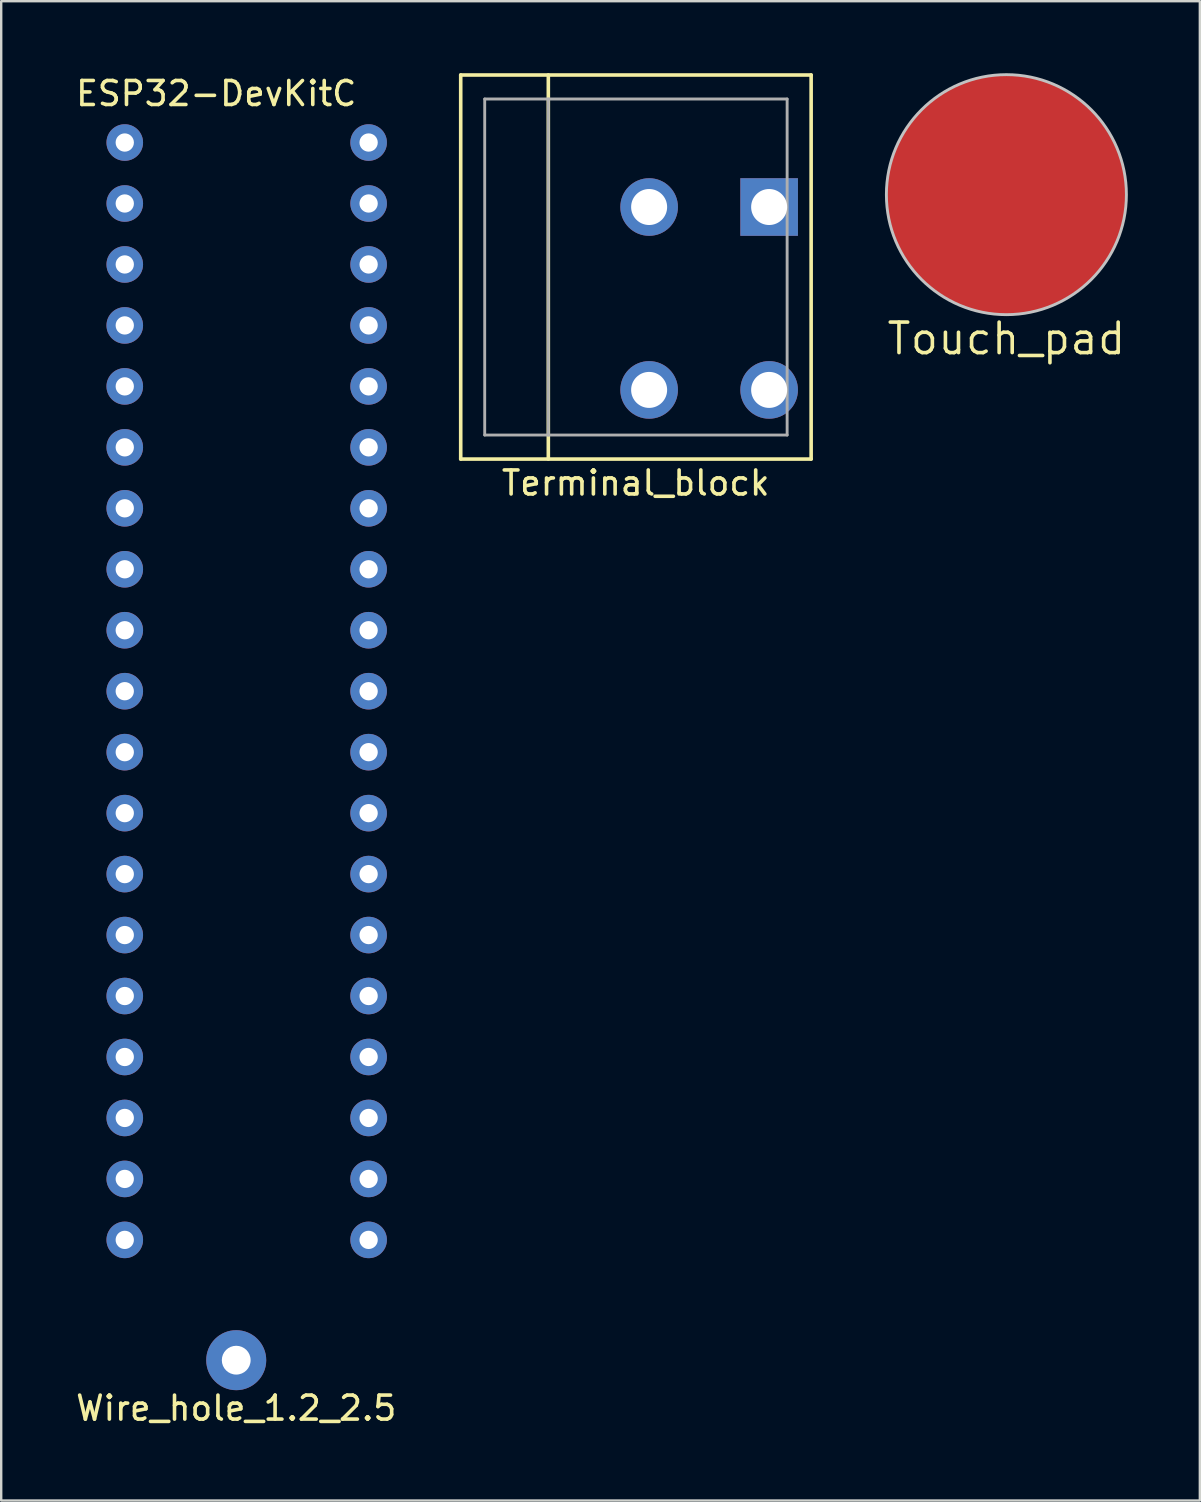
<source format=kicad_pcb>
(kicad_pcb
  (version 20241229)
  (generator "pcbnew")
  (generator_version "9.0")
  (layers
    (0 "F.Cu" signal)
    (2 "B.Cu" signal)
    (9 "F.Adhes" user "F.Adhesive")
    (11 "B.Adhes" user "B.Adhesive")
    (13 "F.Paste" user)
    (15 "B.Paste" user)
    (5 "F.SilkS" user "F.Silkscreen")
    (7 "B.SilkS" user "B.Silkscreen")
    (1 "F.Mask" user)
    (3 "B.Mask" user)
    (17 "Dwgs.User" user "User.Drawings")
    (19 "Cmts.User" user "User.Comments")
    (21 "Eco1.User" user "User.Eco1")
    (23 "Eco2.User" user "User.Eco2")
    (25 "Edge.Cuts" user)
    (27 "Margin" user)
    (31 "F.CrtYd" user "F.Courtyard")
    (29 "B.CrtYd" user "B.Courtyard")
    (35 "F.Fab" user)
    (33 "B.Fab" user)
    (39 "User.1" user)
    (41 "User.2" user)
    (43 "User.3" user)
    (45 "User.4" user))
  (footprint "Terminal_block"
    (layer "F.Cu")
    (at 23.435 8.075)
    (property "Reference" "Terminal_block" (at 0 9 0) (layer "F.SilkS") (effects (font (size 1 1) (thickness 0.15))))
    (attr through_hole)
    (fp_line (start -7.29 8) (end -7.29 -8) (stroke (width 0.15) (type solid)) (layer "F.SilkS"))
    (fp_line (start -3.64 8) (end -3.64 -8) (stroke (width 0.15) (type solid)) (layer "F.SilkS"))
    (fp_line (start 7.31 -8) (end -7.29 -8) (stroke (width 0.15) (type solid)) (layer "F.SilkS"))
    (fp_line (start 7.31 8) (end -7.29 8) (stroke (width 0.15) (type solid)) (layer "F.SilkS"))
    (fp_line (start 7.31 8) (end 7.31 -8) (stroke (width 0.15) (type solid)) (layer "F.SilkS"))
    (fp_line (start -6.29 7) (end -6.29 -7) (stroke (width 0.12) (type solid)) (layer "F.Fab"))
    (fp_line (start -3.64 7) (end -3.64 -7) (stroke (width 0.12) (type solid)) (layer "F.Fab"))
    (fp_line (start 6.31 -7) (end -6.29 -7) (stroke (width 0.12) (type solid)) (layer "F.Fab"))
    (fp_line (start 6.31 7) (end -6.29 7) (stroke (width 0.12) (type solid)) (layer "F.Fab"))
    (fp_line (start 6.31 7) (end 6.31 -7) (stroke (width 0.12) (type solid)) (layer "F.Fab"))
    (pad "1" thru_hole rect (at 5.56 -2.5) (size 2.4 2.4) (drill 1.5) (layers "*.Cu" "*.Mask"))
    (pad "1" thru_hole circle (at 5.56 5.12) (size 2.4 2.4) (drill 1.5) (layers "*.Cu" "*.Mask"))
    (pad "2" thru_hole circle (at 0.56 -2.5) (size 2.4 2.4) (drill 1.5) (layers "*.Cu" "*.Mask"))
    (pad "2" thru_hole circle (at 0.56 5.12) (size 2.4 2.4) (drill 1.5) (layers "*.Cu" "*.Mask")))
  (footprint "Touch_pad"
    (layer "F.Cu")
    (at 38.88 5.06)
    (property "Reference" "Touch_pad" (at 0 6 0) (layer "F.SilkS") (effects (font (size 1.27 1.27) (thickness 0.15))))
    (attr through_hole)
    (fp_circle (center 0 0) (end 5 0) (stroke (width 0.12) (type solid)) (fill no) (layer "Dwgs.User"))
    (pad "1" smd circle (at 0 0) (size 10 10) (layers "F.Cu")))
  (footprint "ESP32-DevKitC"
    (layer "F.Cu")
    (at 5.958 0.348)
    (property "Reference" "ESP32-DevKitC" (at 0 0.5 0) (layer "F.SilkS") (effects (font (size 1 1) (thickness 0.15))))
    (attr through_hole)
    (pad "1" thru_hole circle (at -3.81 2.54) (size 1.524 1.524) (drill 0.762) (layers "*.Cu" "*.Mask"))
    (pad "1" thru_hole circle (at 6.35 2.54) (size 1.524 1.524) (drill 0.762) (layers "*.Cu" "*.Mask"))
    (pad "2" thru_hole circle (at -3.81 5.08) (size 1.524 1.524) (drill 0.762) (layers "*.Cu" "*.Mask"))
    (pad "2" thru_hole circle (at 6.35 5.08) (size 1.524 1.524) (drill 0.762) (layers "*.Cu" "*.Mask"))
    (pad "3" thru_hole circle (at -3.81 7.62) (size 1.524 1.524) (drill 0.762) (layers "*.Cu" "*.Mask"))
    (pad "3" thru_hole circle (at 6.35 7.62) (size 1.524 1.524) (drill 0.762) (layers "*.Cu" "*.Mask"))
    (pad "4" thru_hole circle (at -3.81 10.16) (size 1.524 1.524) (drill 0.762) (layers "*.Cu" "*.Mask"))
    (pad "4" thru_hole circle (at 6.35 10.16) (size 1.524 1.524) (drill 0.762) (layers "*.Cu" "*.Mask"))
    (pad "5" thru_hole circle (at -3.81 12.7) (size 1.524 1.524) (drill 0.762) (layers "*.Cu" "*.Mask"))
    (pad "5" thru_hole circle (at 6.35 12.7) (size 1.524 1.524) (drill 0.762) (layers "*.Cu" "*.Mask"))
    (pad "6" thru_hole circle (at -3.81 15.24) (size 1.524 1.524) (drill 0.762) (layers "*.Cu" "*.Mask"))
    (pad "6" thru_hole circle (at 6.35 15.24) (size 1.524 1.524) (drill 0.762) (layers "*.Cu" "*.Mask"))
    (pad "7" thru_hole circle (at -3.81 17.78) (size 1.524 1.524) (drill 0.762) (layers "*.Cu" "*.Mask"))
    (pad "7" thru_hole circle (at 6.35 17.78) (size 1.524 1.524) (drill 0.762) (layers "*.Cu" "*.Mask"))
    (pad "8" thru_hole circle (at -3.81 20.32) (size 1.524 1.524) (drill 0.762) (layers "*.Cu" "*.Mask"))
    (pad "8" thru_hole circle (at 6.35 20.32) (size 1.524 1.524) (drill 0.762) (layers "*.Cu" "*.Mask"))
    (pad "9" thru_hole circle (at -3.81 22.86) (size 1.524 1.524) (drill 0.762) (layers "*.Cu" "*.Mask"))
    (pad "9" thru_hole circle (at 6.35 22.86) (size 1.524 1.524) (drill 0.762) (layers "*.Cu" "*.Mask"))
    (pad "10" thru_hole circle (at -3.81 25.4) (size 1.524 1.524) (drill 0.762) (layers "*.Cu" "*.Mask"))
    (pad "10" thru_hole circle (at 6.35 25.4) (size 1.524 1.524) (drill 0.762) (layers "*.Cu" "*.Mask"))
    (pad "11" thru_hole circle (at -3.81 27.94) (size 1.524 1.524) (drill 0.762) (layers "*.Cu" "*.Mask"))
    (pad "11" thru_hole circle (at 6.35 27.94) (size 1.524 1.524) (drill 0.762) (layers "*.Cu" "*.Mask"))
    (pad "12" thru_hole circle (at -3.81 30.48) (size 1.524 1.524) (drill 0.762) (layers "*.Cu" "*.Mask"))
    (pad "12" thru_hole circle (at 6.35 30.48) (size 1.524 1.524) (drill 0.762) (layers "*.Cu" "*.Mask"))
    (pad "13" thru_hole circle (at -3.81 33.02) (size 1.524 1.524) (drill 0.762) (layers "*.Cu" "*.Mask"))
    (pad "13" thru_hole circle (at 6.35 33.02) (size 1.524 1.524) (drill 0.762) (layers "*.Cu" "*.Mask"))
    (pad "14" thru_hole circle (at -3.81 35.56) (size 1.524 1.524) (drill 0.762) (layers "*.Cu" "*.Mask"))
    (pad "14" thru_hole circle (at 6.35 35.56) (size 1.524 1.524) (drill 0.762) (layers "*.Cu" "*.Mask"))
    (pad "15" thru_hole circle (at -3.81 38.1) (size 1.524 1.524) (drill 0.762) (layers "*.Cu" "*.Mask"))
    (pad "15" thru_hole circle (at 6.35 38.1) (size 1.524 1.524) (drill 0.762) (layers "*.Cu" "*.Mask"))
    (pad "16" thru_hole circle (at -3.81 40.64) (size 1.524 1.524) (drill 0.762) (layers "*.Cu" "*.Mask"))
    (pad "16" thru_hole circle (at 6.35 40.64) (size 1.524 1.524) (drill 0.762) (layers "*.Cu" "*.Mask"))
    (pad "17" thru_hole circle (at -3.81 43.18) (size 1.524 1.524) (drill 0.762) (layers "*.Cu" "*.Mask"))
    (pad "17" thru_hole circle (at 6.35 43.18) (size 1.524 1.524) (drill 0.762) (layers "*.Cu" "*.Mask"))
    (pad "18" thru_hole circle (at -3.81 45.72) (size 1.524 1.524) (drill 0.762) (layers "*.Cu" "*.Mask"))
    (pad "18" thru_hole circle (at 6.35 45.72) (size 1.524 1.524) (drill 0.762) (layers "*.Cu" "*.Mask"))
    (pad "19" thru_hole circle (at -3.81 48.26) (size 1.524 1.524) (drill 0.762) (layers "*.Cu" "*.Mask"))
    (pad "19" thru_hole circle (at 6.35 48.26) (size 1.524 1.524) (drill 0.762) (layers "*.Cu" "*.Mask")))
  (footprint "Wire_hole_1.2_2.5"
    (layer "F.Cu")
    (at 6.792 53.62)
    (property "Reference" "Wire_hole_1.2_2.5" (at 0 2 0) (layer "F.SilkS") (effects (font (size 1 1) (thickness 0.15))))
    (attr through_hole)
    (pad "1" thru_hole circle (at 0 0) (size 2.5 2.5) (drill 1.2) (layers "*.Cu" "*.Mask")))
  (gr_rect
    (start -3 -3)
    (end 46.94 59.468)
    (stroke (width 0.1) (type default))
    (fill no)
    (layer "Edge.Cuts")))
</source>
